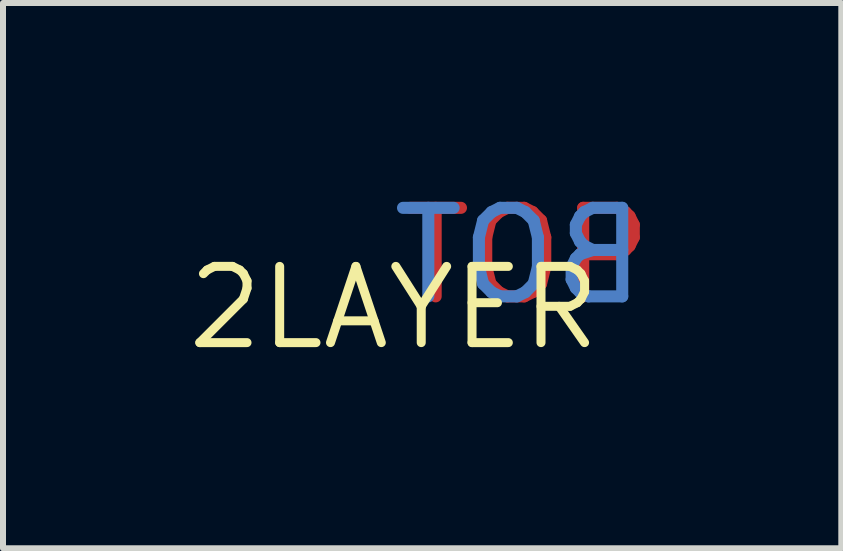
<source format=kicad_pcb>
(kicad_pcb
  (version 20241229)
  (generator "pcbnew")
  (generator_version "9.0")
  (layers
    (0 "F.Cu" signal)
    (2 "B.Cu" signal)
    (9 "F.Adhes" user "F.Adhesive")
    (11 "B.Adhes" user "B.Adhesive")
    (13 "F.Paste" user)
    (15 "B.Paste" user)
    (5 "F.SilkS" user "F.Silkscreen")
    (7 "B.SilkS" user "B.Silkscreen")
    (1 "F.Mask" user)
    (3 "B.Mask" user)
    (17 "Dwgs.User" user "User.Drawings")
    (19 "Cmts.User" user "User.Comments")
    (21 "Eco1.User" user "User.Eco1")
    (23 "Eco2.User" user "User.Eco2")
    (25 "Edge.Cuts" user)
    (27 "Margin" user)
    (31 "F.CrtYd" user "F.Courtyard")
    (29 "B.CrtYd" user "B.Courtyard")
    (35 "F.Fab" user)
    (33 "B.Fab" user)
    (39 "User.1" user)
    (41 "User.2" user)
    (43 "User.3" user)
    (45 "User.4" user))
  (footprint "2LAYER"
    (layer "F.Cu")
    (at 3.515 2.079)
    (property "Reference" "2LAYER" (at 0 0 0) (layer "F.SilkS") (effects (font (size 1.27 1.27) (thickness 0.15))))
    (fp_text user "TOP" (at 0 0 0) (unlocked yes) (layer "F.Cu") (effects (font (size 1.475 1.475) (thickness 0.201)) (justify left bottom)))
    (fp_text user "TOP" (at 0 0 0) (unlocked yes) (layer "F.Mask") (effects (font (size 1.475 1.475) (thickness 0.201)) (justify left bottom)))
    (fp_text user "BOT" (at 4.286 0 0) (unlocked yes) (layer "B.Cu") (effects (font (size 1.475 1.475) (thickness 0.201)) (justify left bottom mirror))))
  (gr_rect
    (start -3 -3)
    (end 10.968 6.085)
    (stroke (width 0.1) (type default))
    (fill no)
    (layer "Edge.Cuts")))
</source>
